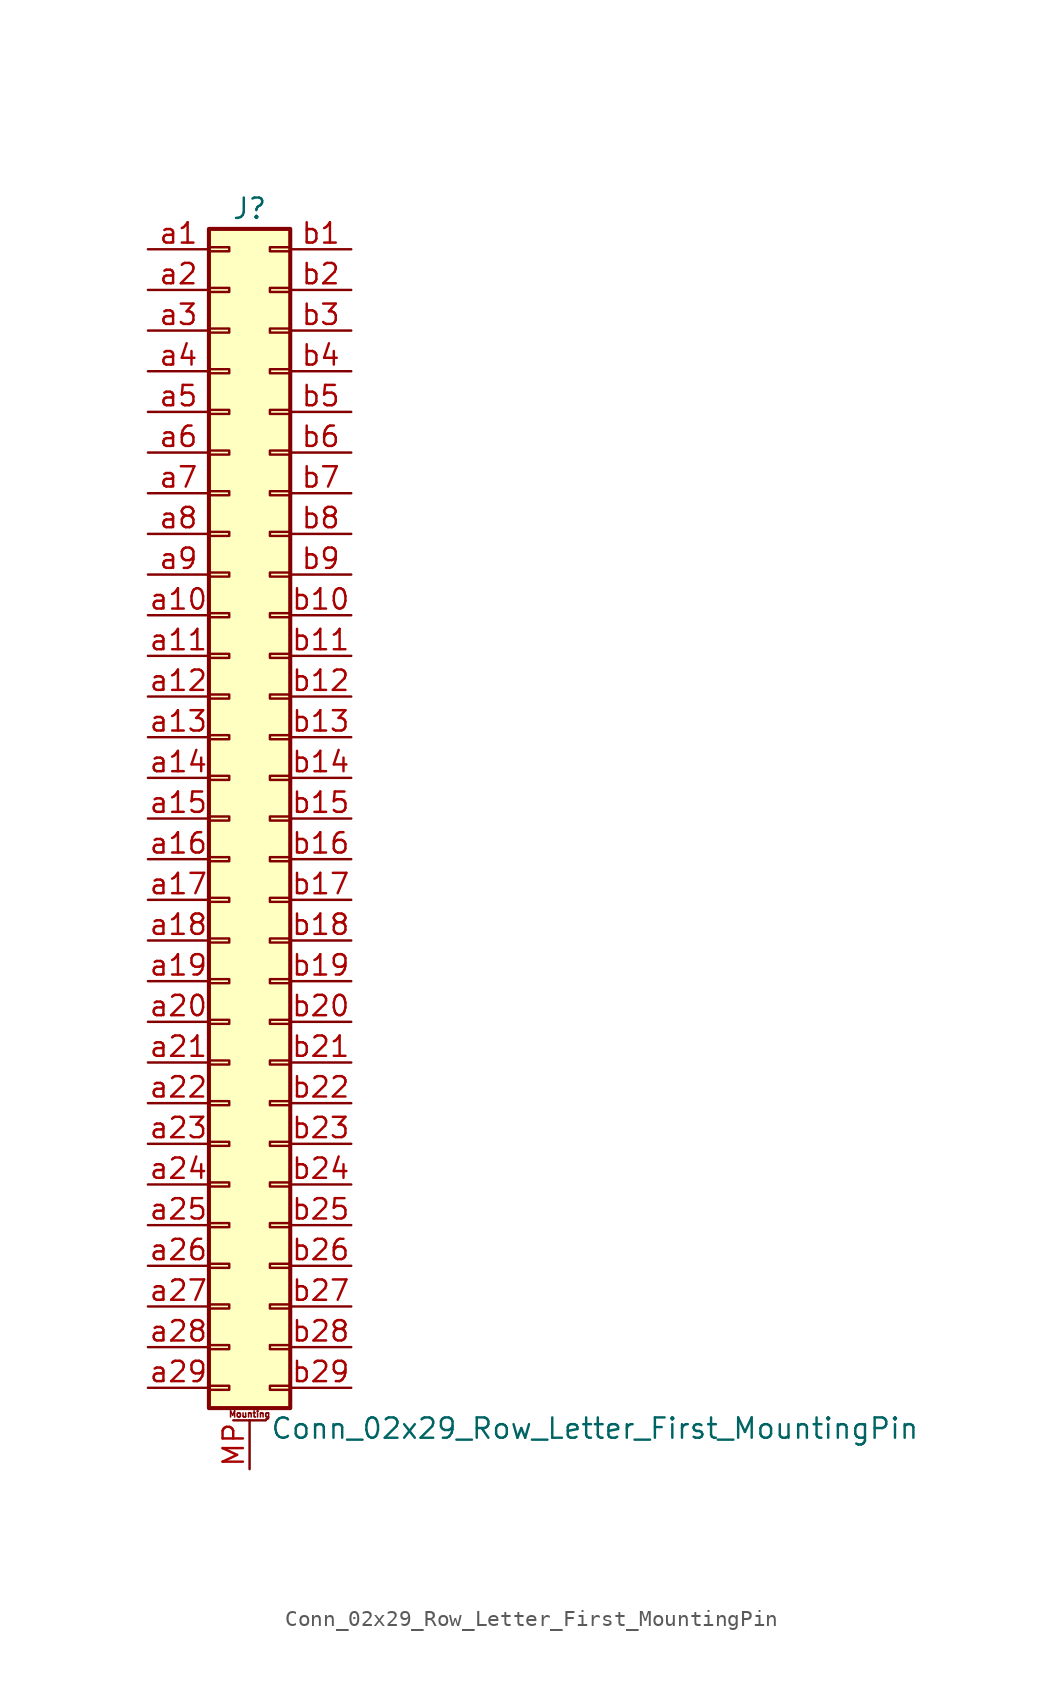
<source format=kicad_sym>
(kicad_symbol_lib
  (version 20211014)
  (generator kicad_symbol_editor)
  (symbol "Conn_02x29_Row_Letter_First_MountingPin"
    (pin_names
      (offset 1.016) hide)
    (property "Reference" "J"
      (at 1.27 38.1 0)
      (effects (font (size 1.27 1.27))))
    (property "Value" "Conn_02x29_Row_Letter_First_MountingPin"
      (at 2.54 -38.1 0)
      (effects (font (size 1.27 1.27)) (justify left)))
    (symbol "Conn_02x29_Row_Letter_First_MountingPin_1_1"
      (rectangle (start -1.27 -35.433) (end 0 -35.687) (stroke (width 0.152) (type default) (color 0 0 0 0)) (fill (type none)))
      (rectangle (start -1.27 -32.893) (end 0 -33.147) (stroke (width 0.152) (type default) (color 0 0 0 0)) (fill (type none)))
      (rectangle (start -1.27 -30.353) (end 0 -30.607) (stroke (width 0.152) (type default) (color 0 0 0 0)) (fill (type none)))
      (rectangle (start -1.27 -27.813) (end 0 -28.067) (stroke (width 0.152) (type default) (color 0 0 0 0)) (fill (type none)))
      (rectangle (start -1.27 -25.273) (end 0 -25.527) (stroke (width 0.152) (type default) (color 0 0 0 0)) (fill (type none)))
      (rectangle (start -1.27 -22.733) (end 0 -22.987) (stroke (width 0.152) (type default) (color 0 0 0 0)) (fill (type none)))
      (rectangle (start -1.27 -20.193) (end 0 -20.447) (stroke (width 0.152) (type default) (color 0 0 0 0)) (fill (type none)))
      (rectangle (start -1.27 -17.653) (end 0 -17.907) (stroke (width 0.152) (type default) (color 0 0 0 0)) (fill (type none)))
      (rectangle (start -1.27 -15.113) (end 0 -15.367) (stroke (width 0.152) (type default) (color 0 0 0 0)) (fill (type none)))
      (rectangle (start -1.27 -12.573) (end 0 -12.827) (stroke (width 0.152) (type default) (color 0 0 0 0)) (fill (type none)))
      (rectangle (start -1.27 -10.033) (end 0 -10.287) (stroke (width 0.152) (type default) (color 0 0 0 0)) (fill (type none)))
      (rectangle (start -1.27 -7.493) (end 0 -7.747) (stroke (width 0.152) (type default) (color 0 0 0 0)) (fill (type none)))
      (rectangle (start -1.27 -4.953) (end 0 -5.207) (stroke (width 0.152) (type default) (color 0 0 0 0)) (fill (type none)))
      (rectangle (start -1.27 -2.413) (end 0 -2.667) (stroke (width 0.152) (type default) (color 0 0 0 0)) (fill (type none)))
      (rectangle (start -1.27 0.127) (end 0 -0.127) (stroke (width 0.152) (type default) (color 0 0 0 0)) (fill (type none)))
      (rectangle (start -1.27 2.667) (end 0 2.413) (stroke (width 0.152) (type default) (color 0 0 0 0)) (fill (type none)))
      (rectangle (start -1.27 5.207) (end 0 4.953) (stroke (width 0.152) (type default) (color 0 0 0 0)) (fill (type none)))
      (rectangle (start -1.27 7.747) (end 0 7.493) (stroke (width 0.152) (type default) (color 0 0 0 0)) (fill (type none)))
      (rectangle (start -1.27 10.287) (end 0 10.033) (stroke (width 0.152) (type default) (color 0 0 0 0)) (fill (type none)))
      (rectangle (start -1.27 12.827) (end 0 12.573) (stroke (width 0.152) (type default) (color 0 0 0 0)) (fill (type none)))
      (rectangle (start -1.27 15.367) (end 0 15.113) (stroke (width 0.152) (type default) (color 0 0 0 0)) (fill (type none)))
      (rectangle (start -1.27 17.907) (end 0 17.653) (stroke (width 0.152) (type default) (color 0 0 0 0)) (fill (type none)))
      (rectangle (start -1.27 20.447) (end 0 20.193) (stroke (width 0.152) (type default) (color 0 0 0 0)) (fill (type none)))
      (rectangle (start -1.27 22.987) (end 0 22.733) (stroke (width 0.152) (type default) (color 0 0 0 0)) (fill (type none)))
      (rectangle (start -1.27 25.527) (end 0 25.273) (stroke (width 0.152) (type default) (color 0 0 0 0)) (fill (type none)))
      (rectangle (start -1.27 28.067) (end 0 27.813) (stroke (width 0.152) (type default) (color 0 0 0 0)) (fill (type none)))
      (rectangle (start -1.27 30.607) (end 0 30.353) (stroke (width 0.152) (type default) (color 0 0 0 0)) (fill (type none)))
      (rectangle (start -1.27 33.147) (end 0 32.893) (stroke (width 0.152) (type default) (color 0 0 0 0)) (fill (type none)))
      (rectangle (start -1.27 35.687) (end 0 35.433) (stroke (width 0.152) (type default) (color 0 0 0 0)) (fill (type none)))
      (rectangle (start -1.27 36.83) (end 3.81 -36.83) (stroke (width 0.254) (type default) (color 0 0 0 0)) (fill (type background)))
      (polyline (pts (xy 0.254 -37.592) (xy 2.286 -37.592)) (stroke (width 0.152) (type default) (color 0 0 0 0)) (fill (type none)))
      (rectangle (start 3.81 -35.433) (end 2.54 -35.687) (stroke (width 0.152) (type default) (color 0 0 0 0)) (fill (type none)))
      (rectangle (start 3.81 -32.893) (end 2.54 -33.147) (stroke (width 0.152) (type default) (color 0 0 0 0)) (fill (type none)))
      (rectangle (start 3.81 -30.353) (end 2.54 -30.607) (stroke (width 0.152) (type default) (color 0 0 0 0)) (fill (type none)))
      (rectangle (start 3.81 -27.813) (end 2.54 -28.067) (stroke (width 0.152) (type default) (color 0 0 0 0)) (fill (type none)))
      (rectangle (start 3.81 -25.273) (end 2.54 -25.527) (stroke (width 0.152) (type default) (color 0 0 0 0)) (fill (type none)))
      (rectangle (start 3.81 -22.733) (end 2.54 -22.987) (stroke (width 0.152) (type default) (color 0 0 0 0)) (fill (type none)))
      (rectangle (start 3.81 -20.193) (end 2.54 -20.447) (stroke (width 0.152) (type default) (color 0 0 0 0)) (fill (type none)))
      (rectangle (start 3.81 -17.653) (end 2.54 -17.907) (stroke (width 0.152) (type default) (color 0 0 0 0)) (fill (type none)))
      (rectangle (start 3.81 -15.113) (end 2.54 -15.367) (stroke (width 0.152) (type default) (color 0 0 0 0)) (fill (type none)))
      (rectangle (start 3.81 -12.573) (end 2.54 -12.827) (stroke (width 0.152) (type default) (color 0 0 0 0)) (fill (type none)))
      (rectangle (start 3.81 -10.033) (end 2.54 -10.287) (stroke (width 0.152) (type default) (color 0 0 0 0)) (fill (type none)))
      (rectangle (start 3.81 -7.493) (end 2.54 -7.747) (stroke (width 0.152) (type default) (color 0 0 0 0)) (fill (type none)))
      (rectangle (start 3.81 -4.953) (end 2.54 -5.207) (stroke (width 0.152) (type default) (color 0 0 0 0)) (fill (type none)))
      (rectangle (start 3.81 -2.413) (end 2.54 -2.667) (stroke (width 0.152) (type default) (color 0 0 0 0)) (fill (type none)))
      (rectangle (start 3.81 0.127) (end 2.54 -0.127) (stroke (width 0.152) (type default) (color 0 0 0 0)) (fill (type none)))
      (rectangle (start 3.81 2.667) (end 2.54 2.413) (stroke (width 0.152) (type default) (color 0 0 0 0)) (fill (type none)))
      (rectangle (start 3.81 5.207) (end 2.54 4.953) (stroke (width 0.152) (type default) (color 0 0 0 0)) (fill (type none)))
      (rectangle (start 3.81 7.747) (end 2.54 7.493) (stroke (width 0.152) (type default) (color 0 0 0 0)) (fill (type none)))
      (rectangle (start 3.81 10.287) (end 2.54 10.033) (stroke (width 0.152) (type default) (color 0 0 0 0)) (fill (type none)))
      (rectangle (start 3.81 12.827) (end 2.54 12.573) (stroke (width 0.152) (type default) (color 0 0 0 0)) (fill (type none)))
      (rectangle (start 3.81 15.367) (end 2.54 15.113) (stroke (width 0.152) (type default) (color 0 0 0 0)) (fill (type none)))
      (rectangle (start 3.81 17.907) (end 2.54 17.653) (stroke (width 0.152) (type default) (color 0 0 0 0)) (fill (type none)))
      (rectangle (start 3.81 20.447) (end 2.54 20.193) (stroke (width 0.152) (type default) (color 0 0 0 0)) (fill (type none)))
      (rectangle (start 3.81 22.987) (end 2.54 22.733) (stroke (width 0.152) (type default) (color 0 0 0 0)) (fill (type none)))
      (rectangle (start 3.81 25.527) (end 2.54 25.273) (stroke (width 0.152) (type default) (color 0 0 0 0)) (fill (type none)))
      (rectangle (start 3.81 28.067) (end 2.54 27.813) (stroke (width 0.152) (type default) (color 0 0 0 0)) (fill (type none)))
      (rectangle (start 3.81 30.607) (end 2.54 30.353) (stroke (width 0.152) (type default) (color 0 0 0 0)) (fill (type none)))
      (rectangle (start 3.81 33.147) (end 2.54 32.893) (stroke (width 0.152) (type default) (color 0 0 0 0)) (fill (type none)))
      (rectangle (start 3.81 35.687) (end 2.54 35.433) (stroke (width 0.152) (type default) (color 0 0 0 0)) (fill (type none)))
      (text "Mounting" (at 1.27 -37.211 0) (effects (font (size 0.381 0.381))))
      (pin passive line (at 1.27 -40.64 90) (length 3.048) (name "MountPin" (effects (font (size 1.27 1.27)))) (number "MP" (effects (font (size 1.27 1.27)))))
      (pin passive line (at -5.08 35.56 0) (length 3.81) (name "Pin_a1" (effects (font (size 1.27 1.27)))) (number "a1" (effects (font (size 1.27 1.27)))))
      (pin passive line (at -5.08 12.7 0) (length 3.81) (name "Pin_a10" (effects (font (size 1.27 1.27)))) (number "a10" (effects (font (size 1.27 1.27)))))
      (pin passive line (at -5.08 10.16 0) (length 3.81) (name "Pin_a11" (effects (font (size 1.27 1.27)))) (number "a11" (effects (font (size 1.27 1.27)))))
      (pin passive line (at -5.08 7.62 0) (length 3.81) (name "Pin_a12" (effects (font (size 1.27 1.27)))) (number "a12" (effects (font (size 1.27 1.27)))))
      (pin passive line (at -5.08 5.08 0) (length 3.81) (name "Pin_a13" (effects (font (size 1.27 1.27)))) (number "a13" (effects (font (size 1.27 1.27)))))
      (pin passive line (at -5.08 2.54 0) (length 3.81) (name "Pin_a14" (effects (font (size 1.27 1.27)))) (number "a14" (effects (font (size 1.27 1.27)))))
      (pin passive line (at -5.08 0 0) (length 3.81) (name "Pin_a15" (effects (font (size 1.27 1.27)))) (number "a15" (effects (font (size 1.27 1.27)))))
      (pin passive line (at -5.08 -2.54 0) (length 3.81) (name "Pin_a16" (effects (font (size 1.27 1.27)))) (number "a16" (effects (font (size 1.27 1.27)))))
      (pin passive line (at -5.08 -5.08 0) (length 3.81) (name "Pin_a17" (effects (font (size 1.27 1.27)))) (number "a17" (effects (font (size 1.27 1.27)))))
      (pin passive line (at -5.08 -7.62 0) (length 3.81) (name "Pin_a18" (effects (font (size 1.27 1.27)))) (number "a18" (effects (font (size 1.27 1.27)))))
      (pin passive line (at -5.08 -10.16 0) (length 3.81) (name "Pin_a19" (effects (font (size 1.27 1.27)))) (number "a19" (effects (font (size 1.27 1.27)))))
      (pin passive line (at -5.08 33.02 0) (length 3.81) (name "Pin_a2" (effects (font (size 1.27 1.27)))) (number "a2" (effects (font (size 1.27 1.27)))))
      (pin passive line (at -5.08 -12.7 0) (length 3.81) (name "Pin_a20" (effects (font (size 1.27 1.27)))) (number "a20" (effects (font (size 1.27 1.27)))))
      (pin passive line (at -5.08 -15.24 0) (length 3.81) (name "Pin_a21" (effects (font (size 1.27 1.27)))) (number "a21" (effects (font (size 1.27 1.27)))))
      (pin passive line (at -5.08 -17.78 0) (length 3.81) (name "Pin_a22" (effects (font (size 1.27 1.27)))) (number "a22" (effects (font (size 1.27 1.27)))))
      (pin passive line (at -5.08 -20.32 0) (length 3.81) (name "Pin_a23" (effects (font (size 1.27 1.27)))) (number "a23" (effects (font (size 1.27 1.27)))))
      (pin passive line (at -5.08 -22.86 0) (length 3.81) (name "Pin_a24" (effects (font (size 1.27 1.27)))) (number "a24" (effects (font (size 1.27 1.27)))))
      (pin passive line (at -5.08 -25.4 0) (length 3.81) (name "Pin_a25" (effects (font (size 1.27 1.27)))) (number "a25" (effects (font (size 1.27 1.27)))))
      (pin passive line (at -5.08 -27.94 0) (length 3.81) (name "Pin_a26" (effects (font (size 1.27 1.27)))) (number "a26" (effects (font (size 1.27 1.27)))))
      (pin passive line (at -5.08 -30.48 0) (length 3.81) (name "Pin_a27" (effects (font (size 1.27 1.27)))) (number "a27" (effects (font (size 1.27 1.27)))))
      (pin passive line (at -5.08 -33.02 0) (length 3.81) (name "Pin_a28" (effects (font (size 1.27 1.27)))) (number "a28" (effects (font (size 1.27 1.27)))))
      (pin passive line (at -5.08 -35.56 0) (length 3.81) (name "Pin_a29" (effects (font (size 1.27 1.27)))) (number "a29" (effects (font (size 1.27 1.27)))))
      (pin passive line (at -5.08 30.48 0) (length 3.81) (name "Pin_a3" (effects (font (size 1.27 1.27)))) (number "a3" (effects (font (size 1.27 1.27)))))
      (pin passive line (at -5.08 27.94 0) (length 3.81) (name "Pin_a4" (effects (font (size 1.27 1.27)))) (number "a4" (effects (font (size 1.27 1.27)))))
      (pin passive line (at -5.08 25.4 0) (length 3.81) (name "Pin_a5" (effects (font (size 1.27 1.27)))) (number "a5" (effects (font (size 1.27 1.27)))))
      (pin passive line (at -5.08 22.86 0) (length 3.81) (name "Pin_a6" (effects (font (size 1.27 1.27)))) (number "a6" (effects (font (size 1.27 1.27)))))
      (pin passive line (at -5.08 20.32 0) (length 3.81) (name "Pin_a7" (effects (font (size 1.27 1.27)))) (number "a7" (effects (font (size 1.27 1.27)))))
      (pin passive line (at -5.08 17.78 0) (length 3.81) (name "Pin_a8" (effects (font (size 1.27 1.27)))) (number "a8" (effects (font (size 1.27 1.27)))))
      (pin passive line (at -5.08 15.24 0) (length 3.81) (name "Pin_a9" (effects (font (size 1.27 1.27)))) (number "a9" (effects (font (size 1.27 1.27)))))
      (pin passive line (at 7.62 35.56 180) (length 3.81) (name "Pin_b1" (effects (font (size 1.27 1.27)))) (number "b1" (effects (font (size 1.27 1.27)))))
      (pin passive line (at 7.62 12.7 180) (length 3.81) (name "Pin_b10" (effects (font (size 1.27 1.27)))) (number "b10" (effects (font (size 1.27 1.27)))))
      (pin passive line (at 7.62 10.16 180) (length 3.81) (name "Pin_b11" (effects (font (size 1.27 1.27)))) (number "b11" (effects (font (size 1.27 1.27)))))
      (pin passive line (at 7.62 7.62 180) (length 3.81) (name "Pin_b12" (effects (font (size 1.27 1.27)))) (number "b12" (effects (font (size 1.27 1.27)))))
      (pin passive line (at 7.62 5.08 180) (length 3.81) (name "Pin_b13" (effects (font (size 1.27 1.27)))) (number "b13" (effects (font (size 1.27 1.27)))))
      (pin passive line (at 7.62 2.54 180) (length 3.81) (name "Pin_b14" (effects (font (size 1.27 1.27)))) (number "b14" (effects (font (size 1.27 1.27)))))
      (pin passive line (at 7.62 0 180) (length 3.81) (name "Pin_b15" (effects (font (size 1.27 1.27)))) (number "b15" (effects (font (size 1.27 1.27)))))
      (pin passive line (at 7.62 -2.54 180) (length 3.81) (name "Pin_b16" (effects (font (size 1.27 1.27)))) (number "b16" (effects (font (size 1.27 1.27)))))
      (pin passive line (at 7.62 -5.08 180) (length 3.81) (name "Pin_b17" (effects (font (size 1.27 1.27)))) (number "b17" (effects (font (size 1.27 1.27)))))
      (pin passive line (at 7.62 -7.62 180) (length 3.81) (name "Pin_b18" (effects (font (size 1.27 1.27)))) (number "b18" (effects (font (size 1.27 1.27)))))
      (pin passive line (at 7.62 -10.16 180) (length 3.81) (name "Pin_b19" (effects (font (size 1.27 1.27)))) (number "b19" (effects (font (size 1.27 1.27)))))
      (pin passive line (at 7.62 33.02 180) (length 3.81) (name "Pin_b2" (effects (font (size 1.27 1.27)))) (number "b2" (effects (font (size 1.27 1.27)))))
      (pin passive line (at 7.62 -12.7 180) (length 3.81) (name "Pin_b20" (effects (font (size 1.27 1.27)))) (number "b20" (effects (font (size 1.27 1.27)))))
      (pin passive line (at 7.62 -15.24 180) (length 3.81) (name "Pin_b21" (effects (font (size 1.27 1.27)))) (number "b21" (effects (font (size 1.27 1.27)))))
      (pin passive line (at 7.62 -17.78 180) (length 3.81) (name "Pin_b22" (effects (font (size 1.27 1.27)))) (number "b22" (effects (font (size 1.27 1.27)))))
      (pin passive line (at 7.62 -20.32 180) (length 3.81) (name "Pin_b23" (effects (font (size 1.27 1.27)))) (number "b23" (effects (font (size 1.27 1.27)))))
      (pin passive line (at 7.62 -22.86 180) (length 3.81) (name "Pin_b24" (effects (font (size 1.27 1.27)))) (number "b24" (effects (font (size 1.27 1.27)))))
      (pin passive line (at 7.62 -25.4 180) (length 3.81) (name "Pin_b25" (effects (font (size 1.27 1.27)))) (number "b25" (effects (font (size 1.27 1.27)))))
      (pin passive line (at 7.62 -27.94 180) (length 3.81) (name "Pin_b26" (effects (font (size 1.27 1.27)))) (number "b26" (effects (font (size 1.27 1.27)))))
      (pin passive line (at 7.62 -30.48 180) (length 3.81) (name "Pin_b27" (effects (font (size 1.27 1.27)))) (number "b27" (effects (font (size 1.27 1.27)))))
      (pin passive line (at 7.62 -33.02 180) (length 3.81) (name "Pin_b28" (effects (font (size 1.27 1.27)))) (number "b28" (effects (font (size 1.27 1.27)))))
      (pin passive line (at 7.62 -35.56 180) (length 3.81) (name "Pin_b29" (effects (font (size 1.27 1.27)))) (number "b29" (effects (font (size 1.27 1.27)))))
      (pin passive line (at 7.62 30.48 180) (length 3.81) (name "Pin_b3" (effects (font (size 1.27 1.27)))) (number "b3" (effects (font (size 1.27 1.27)))))
      (pin passive line (at 7.62 27.94 180) (length 3.81) (name "Pin_b4" (effects (font (size 1.27 1.27)))) (number "b4" (effects (font (size 1.27 1.27)))))
      (pin passive line (at 7.62 25.4 180) (length 3.81) (name "Pin_b5" (effects (font (size 1.27 1.27)))) (number "b5" (effects (font (size 1.27 1.27)))))
      (pin passive line (at 7.62 22.86 180) (length 3.81) (name "Pin_b6" (effects (font (size 1.27 1.27)))) (number "b6" (effects (font (size 1.27 1.27)))))
      (pin passive line (at 7.62 20.32 180) (length 3.81) (name "Pin_b7" (effects (font (size 1.27 1.27)))) (number "b7" (effects (font (size 1.27 1.27)))))
      (pin passive line (at 7.62 17.78 180) (length 3.81) (name "Pin_b8" (effects (font (size 1.27 1.27)))) (number "b8" (effects (font (size 1.27 1.27)))))
      (pin passive line (at 7.62 15.24 180) (length 3.81) (name "Pin_b9" (effects (font (size 1.27 1.27)))) (number "b9" (effects (font (size 1.27 1.27))))))))
</source>
